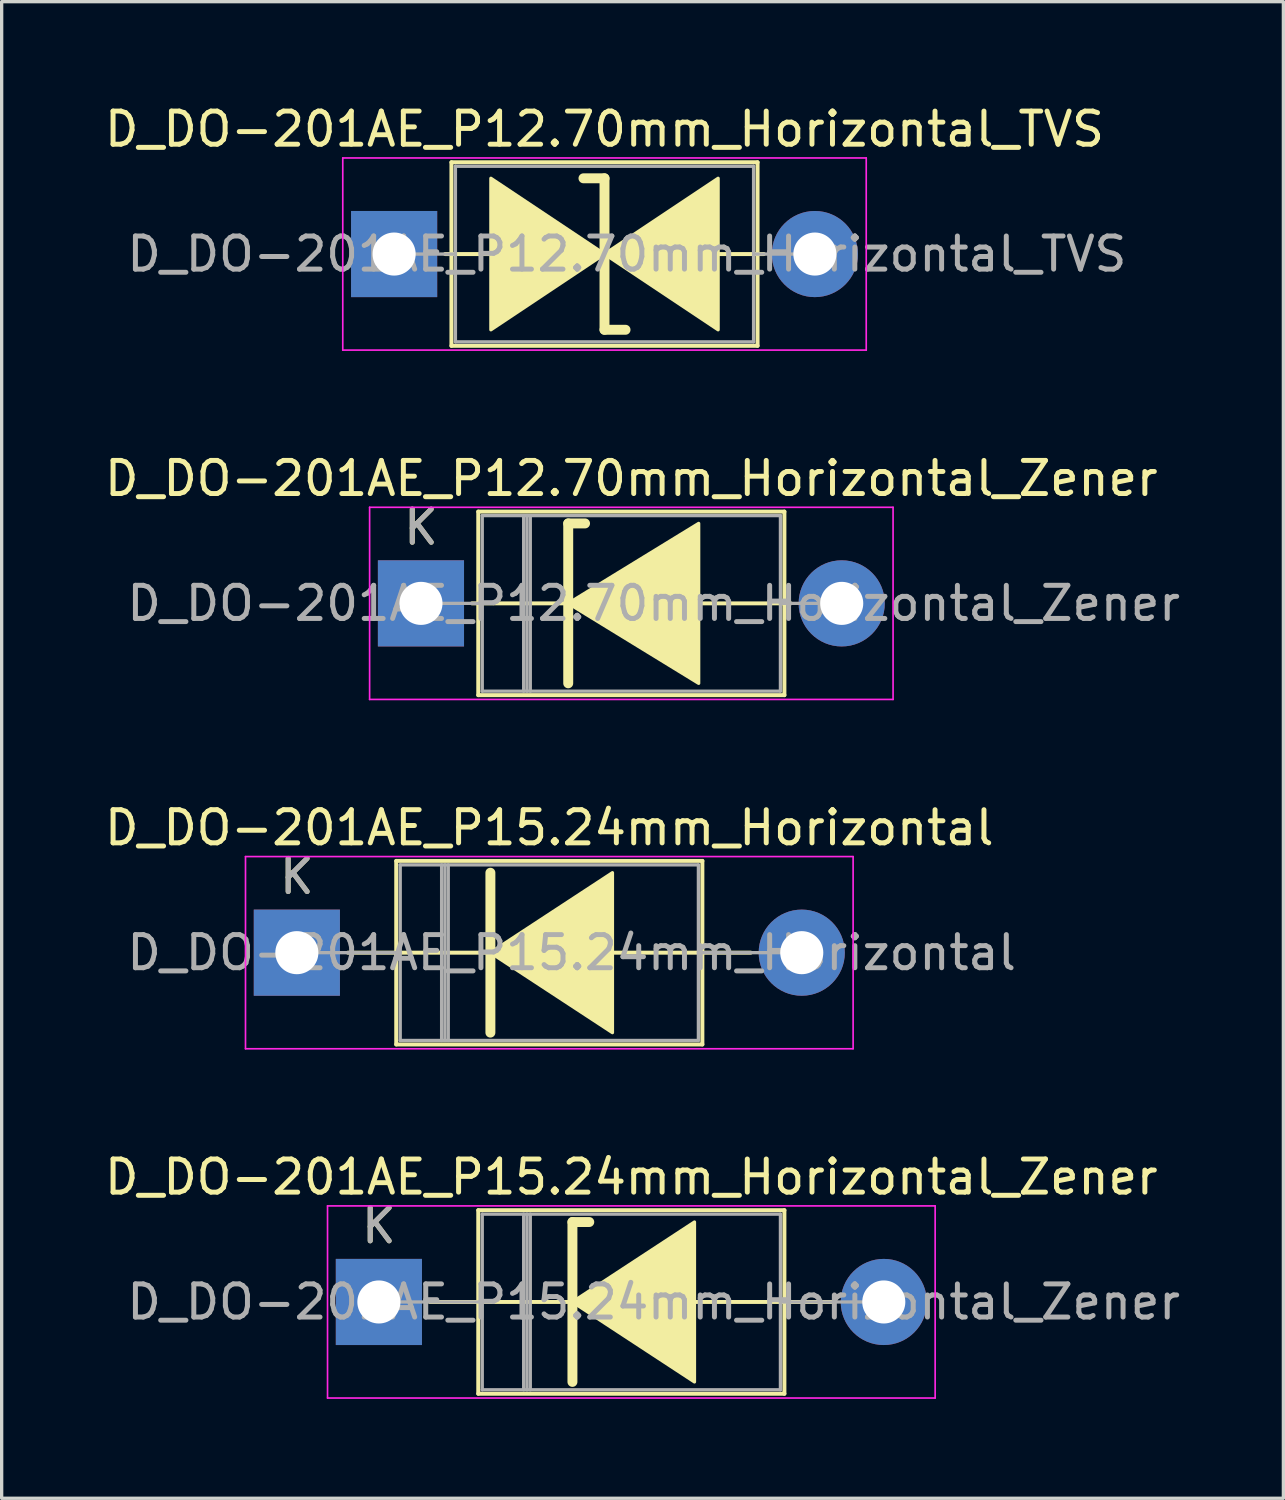
<source format=kicad_pcb>
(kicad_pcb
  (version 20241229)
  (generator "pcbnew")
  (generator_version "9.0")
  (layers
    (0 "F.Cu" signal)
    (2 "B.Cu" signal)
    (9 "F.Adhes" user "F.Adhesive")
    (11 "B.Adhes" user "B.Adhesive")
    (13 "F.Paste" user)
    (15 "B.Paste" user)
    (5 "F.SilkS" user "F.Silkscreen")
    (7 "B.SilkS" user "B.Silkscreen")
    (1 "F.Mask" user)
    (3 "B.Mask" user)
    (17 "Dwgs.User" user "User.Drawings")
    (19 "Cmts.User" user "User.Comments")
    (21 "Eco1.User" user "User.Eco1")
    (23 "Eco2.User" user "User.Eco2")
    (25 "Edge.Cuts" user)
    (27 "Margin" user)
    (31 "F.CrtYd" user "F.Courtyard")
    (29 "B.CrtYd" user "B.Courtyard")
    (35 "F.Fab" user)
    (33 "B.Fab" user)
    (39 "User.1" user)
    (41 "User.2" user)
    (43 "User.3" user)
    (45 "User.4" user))
  (footprint "D_DO-201AE_P15.24mm_Horizontal_Zener"
    (layer "F.Cu")
    (at 8.386 36.248)
    (property "Reference" "D_DO-201AE_P15.24mm_Horizontal_Zener" (at 7.62 -3.77 0) (layer "F.SilkS") (effects (font (size 1 1) (thickness 0.15))))
    (attr through_hole)
    (fp_line (start 1.54 0) (end 3 0) (stroke (width 0.12) (type solid)) (layer "F.SilkS"))
    (fp_line (start 3 -2.77) (end 3 2.77) (stroke (width 0.12) (type solid)) (layer "F.SilkS"))
    (fp_line (start 3 2.77) (end 12.24 2.77) (stroke (width 0.12) (type solid)) (layer "F.SilkS"))
    (fp_line (start 5.842 -2.413) (end 5.842 2.413) (stroke (width 0.3) (type solid)) (layer "F.SilkS"))
    (fp_line (start 5.842 -2.413) (end 6.35 -2.413) (stroke (width 0.3) (type solid)) (layer "F.SilkS"))
    (fp_line (start 5.969 0) (end 3 0) (stroke (width 0.12) (type solid)) (layer "F.SilkS"))
    (fp_line (start 9.525 0) (end 12.24 0) (stroke (width 0.12) (type solid)) (layer "F.SilkS"))
    (fp_line (start 12.24 -2.77) (end 3 -2.77) (stroke (width 0.12) (type solid)) (layer "F.SilkS"))
    (fp_line (start 12.24 2.77) (end 12.24 -2.77) (stroke (width 0.12) (type solid)) (layer "F.SilkS"))
    (fp_line (start 13.7 0) (end 12.24 0) (stroke (width 0.12) (type solid)) (layer "F.SilkS"))
    (fp_poly (pts (xy 9.525 2.413) (xy 5.842 0) (xy 9.525 -2.413)) (stroke (width 0.1) (type solid)) (fill yes) (layer "F.SilkS"))
    (fp_line (start -1.55 -2.9) (end -1.55 2.9) (stroke (width 0.05) (type solid)) (layer "F.CrtYd"))
    (fp_line (start -1.55 2.9) (end 16.79 2.9) (stroke (width 0.05) (type solid)) (layer "F.CrtYd"))
    (fp_line (start 16.79 -2.9) (end -1.55 -2.9) (stroke (width 0.05) (type solid)) (layer "F.CrtYd"))
    (fp_line (start 16.79 2.9) (end 16.79 -2.9) (stroke (width 0.05) (type solid)) (layer "F.CrtYd"))
    (fp_line (start 0 0) (end 3.12 0) (stroke (width 0.1) (type solid)) (layer "F.Fab"))
    (fp_line (start 3.12 -2.65) (end 3.12 2.65) (stroke (width 0.1) (type solid)) (layer "F.Fab"))
    (fp_line (start 3.12 2.65) (end 12.12 2.65) (stroke (width 0.1) (type solid)) (layer "F.Fab"))
    (fp_line (start 4.37 -2.65) (end 4.37 2.65) (stroke (width 0.1) (type solid)) (layer "F.Fab"))
    (fp_line (start 4.47 -2.65) (end 4.47 2.65) (stroke (width 0.1) (type solid)) (layer "F.Fab"))
    (fp_line (start 4.57 -2.65) (end 4.57 2.65) (stroke (width 0.1) (type solid)) (layer "F.Fab"))
    (fp_line (start 12.12 -2.65) (end 3.12 -2.65) (stroke (width 0.1) (type solid)) (layer "F.Fab"))
    (fp_line (start 12.12 2.65) (end 12.12 -2.65) (stroke (width 0.1) (type solid)) (layer "F.Fab"))
    (fp_line (start 15.24 0) (end 12.12 0) (stroke (width 0.1) (type solid)) (layer "F.Fab"))
    (fp_text user "K" (at 0 -2.3 0) (layer "F.SilkS") (effects (font (size 1 1) (thickness 0.15))))
    (fp_text user "${REFERENCE}" (at 8.295 0 0) (layer "F.Fab") (effects (font (size 1 1) (thickness 0.15))))
    (fp_text user "K" (at 0 -2.3 0) (layer "F.Fab") (effects (font (size 1 1) (thickness 0.15))))
    (pad "1" thru_hole rect (at 0 0) (size 2.6 2.6) (drill 1.3) (layers "*.Cu" "*.Mask"))
    (pad "2" thru_hole oval (at 15.24 0) (size 2.6 2.6) (drill 1.3) (layers "*.Cu" "*.Mask")))
  (footprint "D_DO-201AE_P15.24mm_Horizontal"
    (layer "F.Cu")
    (at 5.91 25.705)
    (property "Reference" "D_DO-201AE_P15.24mm_Horizontal" (at 7.62 -3.77 0) (layer "F.SilkS") (effects (font (size 1 1) (thickness 0.15))))
    (attr through_hole)
    (fp_line (start 1.54 0) (end 3 0) (stroke (width 0.12) (type solid)) (layer "F.SilkS"))
    (fp_line (start 3 -2.77) (end 3 2.77) (stroke (width 0.12) (type solid)) (layer "F.SilkS"))
    (fp_line (start 3 2.77) (end 12.24 2.77) (stroke (width 0.12) (type solid)) (layer "F.SilkS"))
    (fp_line (start 5.842 -2.413) (end 5.842 2.413) (stroke (width 0.3) (type solid)) (layer "F.SilkS"))
    (fp_line (start 5.969 0) (end 3 0) (stroke (width 0.12) (type solid)) (layer "F.SilkS"))
    (fp_line (start 9.525 0) (end 12.24 0) (stroke (width 0.12) (type solid)) (layer "F.SilkS"))
    (fp_line (start 12.24 -2.77) (end 3 -2.77) (stroke (width 0.12) (type solid)) (layer "F.SilkS"))
    (fp_line (start 12.24 2.77) (end 12.24 -2.77) (stroke (width 0.12) (type solid)) (layer "F.SilkS"))
    (fp_line (start 13.7 0) (end 12.24 0) (stroke (width 0.12) (type solid)) (layer "F.SilkS"))
    (fp_poly (pts (xy 9.525 2.413) (xy 5.842 0) (xy 9.525 -2.413)) (stroke (width 0.1) (type solid)) (fill yes) (layer "F.SilkS"))
    (fp_line (start -1.55 -2.9) (end -1.55 2.9) (stroke (width 0.05) (type solid)) (layer "F.CrtYd"))
    (fp_line (start -1.55 2.9) (end 16.79 2.9) (stroke (width 0.05) (type solid)) (layer "F.CrtYd"))
    (fp_line (start 16.79 -2.9) (end -1.55 -2.9) (stroke (width 0.05) (type solid)) (layer "F.CrtYd"))
    (fp_line (start 16.79 2.9) (end 16.79 -2.9) (stroke (width 0.05) (type solid)) (layer "F.CrtYd"))
    (fp_line (start 0 0) (end 3.12 0) (stroke (width 0.1) (type solid)) (layer "F.Fab"))
    (fp_line (start 3.12 -2.65) (end 3.12 2.65) (stroke (width 0.1) (type solid)) (layer "F.Fab"))
    (fp_line (start 3.12 2.65) (end 12.12 2.65) (stroke (width 0.1) (type solid)) (layer "F.Fab"))
    (fp_line (start 4.37 -2.65) (end 4.37 2.65) (stroke (width 0.1) (type solid)) (layer "F.Fab"))
    (fp_line (start 4.47 -2.65) (end 4.47 2.65) (stroke (width 0.1) (type solid)) (layer "F.Fab"))
    (fp_line (start 4.57 -2.65) (end 4.57 2.65) (stroke (width 0.1) (type solid)) (layer "F.Fab"))
    (fp_line (start 12.12 -2.65) (end 3.12 -2.65) (stroke (width 0.1) (type solid)) (layer "F.Fab"))
    (fp_line (start 12.12 2.65) (end 12.12 -2.65) (stroke (width 0.1) (type solid)) (layer "F.Fab"))
    (fp_line (start 15.24 0) (end 12.12 0) (stroke (width 0.1) (type solid)) (layer "F.Fab"))
    (fp_text user "K" (at 0 -2.3 0) (layer "F.SilkS") (effects (font (size 1 1) (thickness 0.15))))
    (fp_text user "${REFERENCE}" (at 8.295 0 0) (layer "F.Fab") (effects (font (size 1 1) (thickness 0.15))))
    (fp_text user "K" (at 0 -2.3 0) (layer "F.Fab") (effects (font (size 1 1) (thickness 0.15))))
    (pad "1" thru_hole rect (at 0 0) (size 2.6 2.6) (drill 1.3) (layers "*.Cu" "*.Mask"))
    (pad "2" thru_hole oval (at 15.24 0) (size 2.6 2.6) (drill 1.3) (layers "*.Cu" "*.Mask")))
  (footprint "D_DO-201AE_P12.70mm_Horizontal_Zener"
    (layer "F.Cu")
    (at 9.656 15.162)
    (property "Reference" "D_DO-201AE_P12.70mm_Horizontal_Zener" (at 6.35 -3.77 0) (layer "F.SilkS") (effects (font (size 1 1) (thickness 0.15))))
    (attr through_hole)
    (fp_line (start 1.54 0) (end 1.73 0) (stroke (width 0.12) (type solid)) (layer "F.SilkS"))
    (fp_line (start 1.73 -2.77) (end 1.73 2.77) (stroke (width 0.12) (type solid)) (layer "F.SilkS"))
    (fp_line (start 1.73 2.77) (end 10.97 2.77) (stroke (width 0.12) (type solid)) (layer "F.SilkS"))
    (fp_line (start 4.445 -2.413) (end 4.445 2.413) (stroke (width 0.3) (type solid)) (layer "F.SilkS"))
    (fp_line (start 4.445 -2.413) (end 4.953 -2.413) (stroke (width 0.3) (type solid)) (layer "F.SilkS"))
    (fp_line (start 4.699 0) (end 1.73 0) (stroke (width 0.12) (type solid)) (layer "F.SilkS"))
    (fp_line (start 8.255 0) (end 10.97 0) (stroke (width 0.12) (type solid)) (layer "F.SilkS"))
    (fp_line (start 10.97 -2.77) (end 1.73 -2.77) (stroke (width 0.12) (type solid)) (layer "F.SilkS"))
    (fp_line (start 10.97 2.77) (end 10.97 -2.77) (stroke (width 0.12) (type solid)) (layer "F.SilkS"))
    (fp_line (start 11.16 0) (end 10.97 0) (stroke (width 0.12) (type solid)) (layer "F.SilkS"))
    (fp_poly (pts (xy 8.382 2.413) (xy 4.445 0) (xy 8.382 -2.413)) (stroke (width 0.1) (type solid)) (fill yes) (layer "F.SilkS"))
    (fp_line (start -1.55 -2.9) (end -1.55 2.9) (stroke (width 0.05) (type solid)) (layer "F.CrtYd"))
    (fp_line (start -1.55 2.9) (end 14.25 2.9) (stroke (width 0.05) (type solid)) (layer "F.CrtYd"))
    (fp_line (start 14.25 -2.9) (end -1.55 -2.9) (stroke (width 0.05) (type solid)) (layer "F.CrtYd"))
    (fp_line (start 14.25 2.9) (end 14.25 -2.9) (stroke (width 0.05) (type solid)) (layer "F.CrtYd"))
    (fp_line (start 0 0) (end 1.85 0) (stroke (width 0.1) (type solid)) (layer "F.Fab"))
    (fp_line (start 1.85 -2.65) (end 1.85 2.65) (stroke (width 0.1) (type solid)) (layer "F.Fab"))
    (fp_line (start 1.85 2.65) (end 10.85 2.65) (stroke (width 0.1) (type solid)) (layer "F.Fab"))
    (fp_line (start 3.1 -2.65) (end 3.1 2.65) (stroke (width 0.1) (type solid)) (layer "F.Fab"))
    (fp_line (start 3.2 -2.65) (end 3.2 2.65) (stroke (width 0.1) (type solid)) (layer "F.Fab"))
    (fp_line (start 3.3 -2.65) (end 3.3 2.65) (stroke (width 0.1) (type solid)) (layer "F.Fab"))
    (fp_line (start 10.85 -2.65) (end 1.85 -2.65) (stroke (width 0.1) (type solid)) (layer "F.Fab"))
    (fp_line (start 10.85 2.65) (end 10.85 -2.65) (stroke (width 0.1) (type solid)) (layer "F.Fab"))
    (fp_line (start 12.7 0) (end 10.85 0) (stroke (width 0.1) (type solid)) (layer "F.Fab"))
    (fp_text user "K" (at 0 -2.3 0) (layer "F.SilkS") (effects (font (size 1 1) (thickness 0.15))))
    (fp_text user "${REFERENCE}" (at 7.025 0 0) (layer "F.Fab") (effects (font (size 1 1) (thickness 0.15))))
    (fp_text user "K" (at 0 -2.3 0) (layer "F.Fab") (effects (font (size 1 1) (thickness 0.15))))
    (pad "1" thru_hole rect (at 0 0) (size 2.6 2.6) (drill 1.3) (layers "*.Cu" "*.Mask"))
    (pad "2" thru_hole oval (at 12.7 0) (size 2.6 2.6) (drill 1.3) (layers "*.Cu" "*.Mask")))
  (footprint "D_DO-201AE_P12.70mm_Horizontal_TVS"
    (layer "F.Cu")
    (at 8.846 4.618)
    (property "Reference" "D_DO-201AE_P12.70mm_Horizontal_TVS" (at 6.35 -3.77 0) (layer "F.SilkS") (effects (font (size 1 1) (thickness 0.15))))
    (attr through_hole)
    (fp_line (start 1.54 0) (end 1.73 0) (stroke (width 0.12) (type solid)) (layer "F.SilkS"))
    (fp_line (start 1.73 -2.77) (end 1.73 2.77) (stroke (width 0.12) (type solid)) (layer "F.SilkS"))
    (fp_line (start 1.73 0) (end 2.921 0) (stroke (width 0.12) (type solid)) (layer "F.SilkS"))
    (fp_line (start 1.73 2.77) (end 10.97 2.77) (stroke (width 0.12) (type solid)) (layer "F.SilkS"))
    (fp_line (start 6.35 -2.286) (end 5.715 -2.286) (stroke (width 0.3) (type solid)) (layer "F.SilkS"))
    (fp_line (start 6.35 2.286) (end 6.35 -2.286) (stroke (width 0.3) (type solid)) (layer "F.SilkS"))
    (fp_line (start 6.985 2.286) (end 6.35 2.286) (stroke (width 0.3) (type solid)) (layer "F.SilkS"))
    (fp_line (start 9.779 0) (end 10.97 0) (stroke (width 0.12) (type solid)) (layer "F.SilkS"))
    (fp_line (start 10.97 -2.77) (end 1.73 -2.77) (stroke (width 0.12) (type solid)) (layer "F.SilkS"))
    (fp_line (start 10.97 2.77) (end 10.97 -2.77) (stroke (width 0.12) (type solid)) (layer "F.SilkS"))
    (fp_line (start 11.16 0) (end 10.97 0) (stroke (width 0.12) (type solid)) (layer "F.SilkS"))
    (fp_poly (pts (xy 6.35 0) (xy 2.921 2.286) (xy 2.921 -2.286)) (stroke (width 0.1) (type solid)) (fill yes) (layer "F.SilkS"))
    (fp_poly (pts (xy 6.35 0) (xy 9.779 -2.286) (xy 9.779 2.286)) (stroke (width 0.1) (type solid)) (fill yes) (layer "F.SilkS"))
    (fp_line (start -1.55 -2.9) (end -1.55 2.9) (stroke (width 0.05) (type solid)) (layer "F.CrtYd"))
    (fp_line (start -1.55 2.9) (end 14.25 2.9) (stroke (width 0.05) (type solid)) (layer "F.CrtYd"))
    (fp_line (start 14.25 -2.9) (end -1.55 -2.9) (stroke (width 0.05) (type solid)) (layer "F.CrtYd"))
    (fp_line (start 14.25 2.9) (end 14.25 -2.9) (stroke (width 0.05) (type solid)) (layer "F.CrtYd"))
    (fp_line (start 0 0) (end 1.85 0) (stroke (width 0.1) (type solid)) (layer "F.Fab"))
    (fp_line (start 1.85 -2.65) (end 1.85 2.65) (stroke (width 0.1) (type solid)) (layer "F.Fab"))
    (fp_line (start 1.85 2.65) (end 10.85 2.65) (stroke (width 0.1) (type solid)) (layer "F.Fab"))
    (fp_line (start 10.85 -2.65) (end 1.85 -2.65) (stroke (width 0.1) (type solid)) (layer "F.Fab"))
    (fp_line (start 10.85 2.65) (end 10.85 -2.65) (stroke (width 0.1) (type solid)) (layer "F.Fab"))
    (fp_line (start 12.7 0) (end 10.85 0) (stroke (width 0.1) (type solid)) (layer "F.Fab"))
    (fp_text user "${REFERENCE}" (at 7.025 0 0) (layer "F.Fab") (effects (font (size 1 1) (thickness 0.15))))
    (pad "1" thru_hole rect (at 0 0) (size 2.6 2.6) (drill 1.3) (layers "*.Cu" "*.Mask"))
    (pad "2" thru_hole oval (at 12.7 0) (size 2.6 2.6) (drill 1.3) (layers "*.Cu" "*.Mask")))
  (gr_rect
    (start -3 -3)
    (end 35.687 42.173)
    (stroke (width 0.1) (type default))
    (fill no)
    (layer "Edge.Cuts")))
</source>
